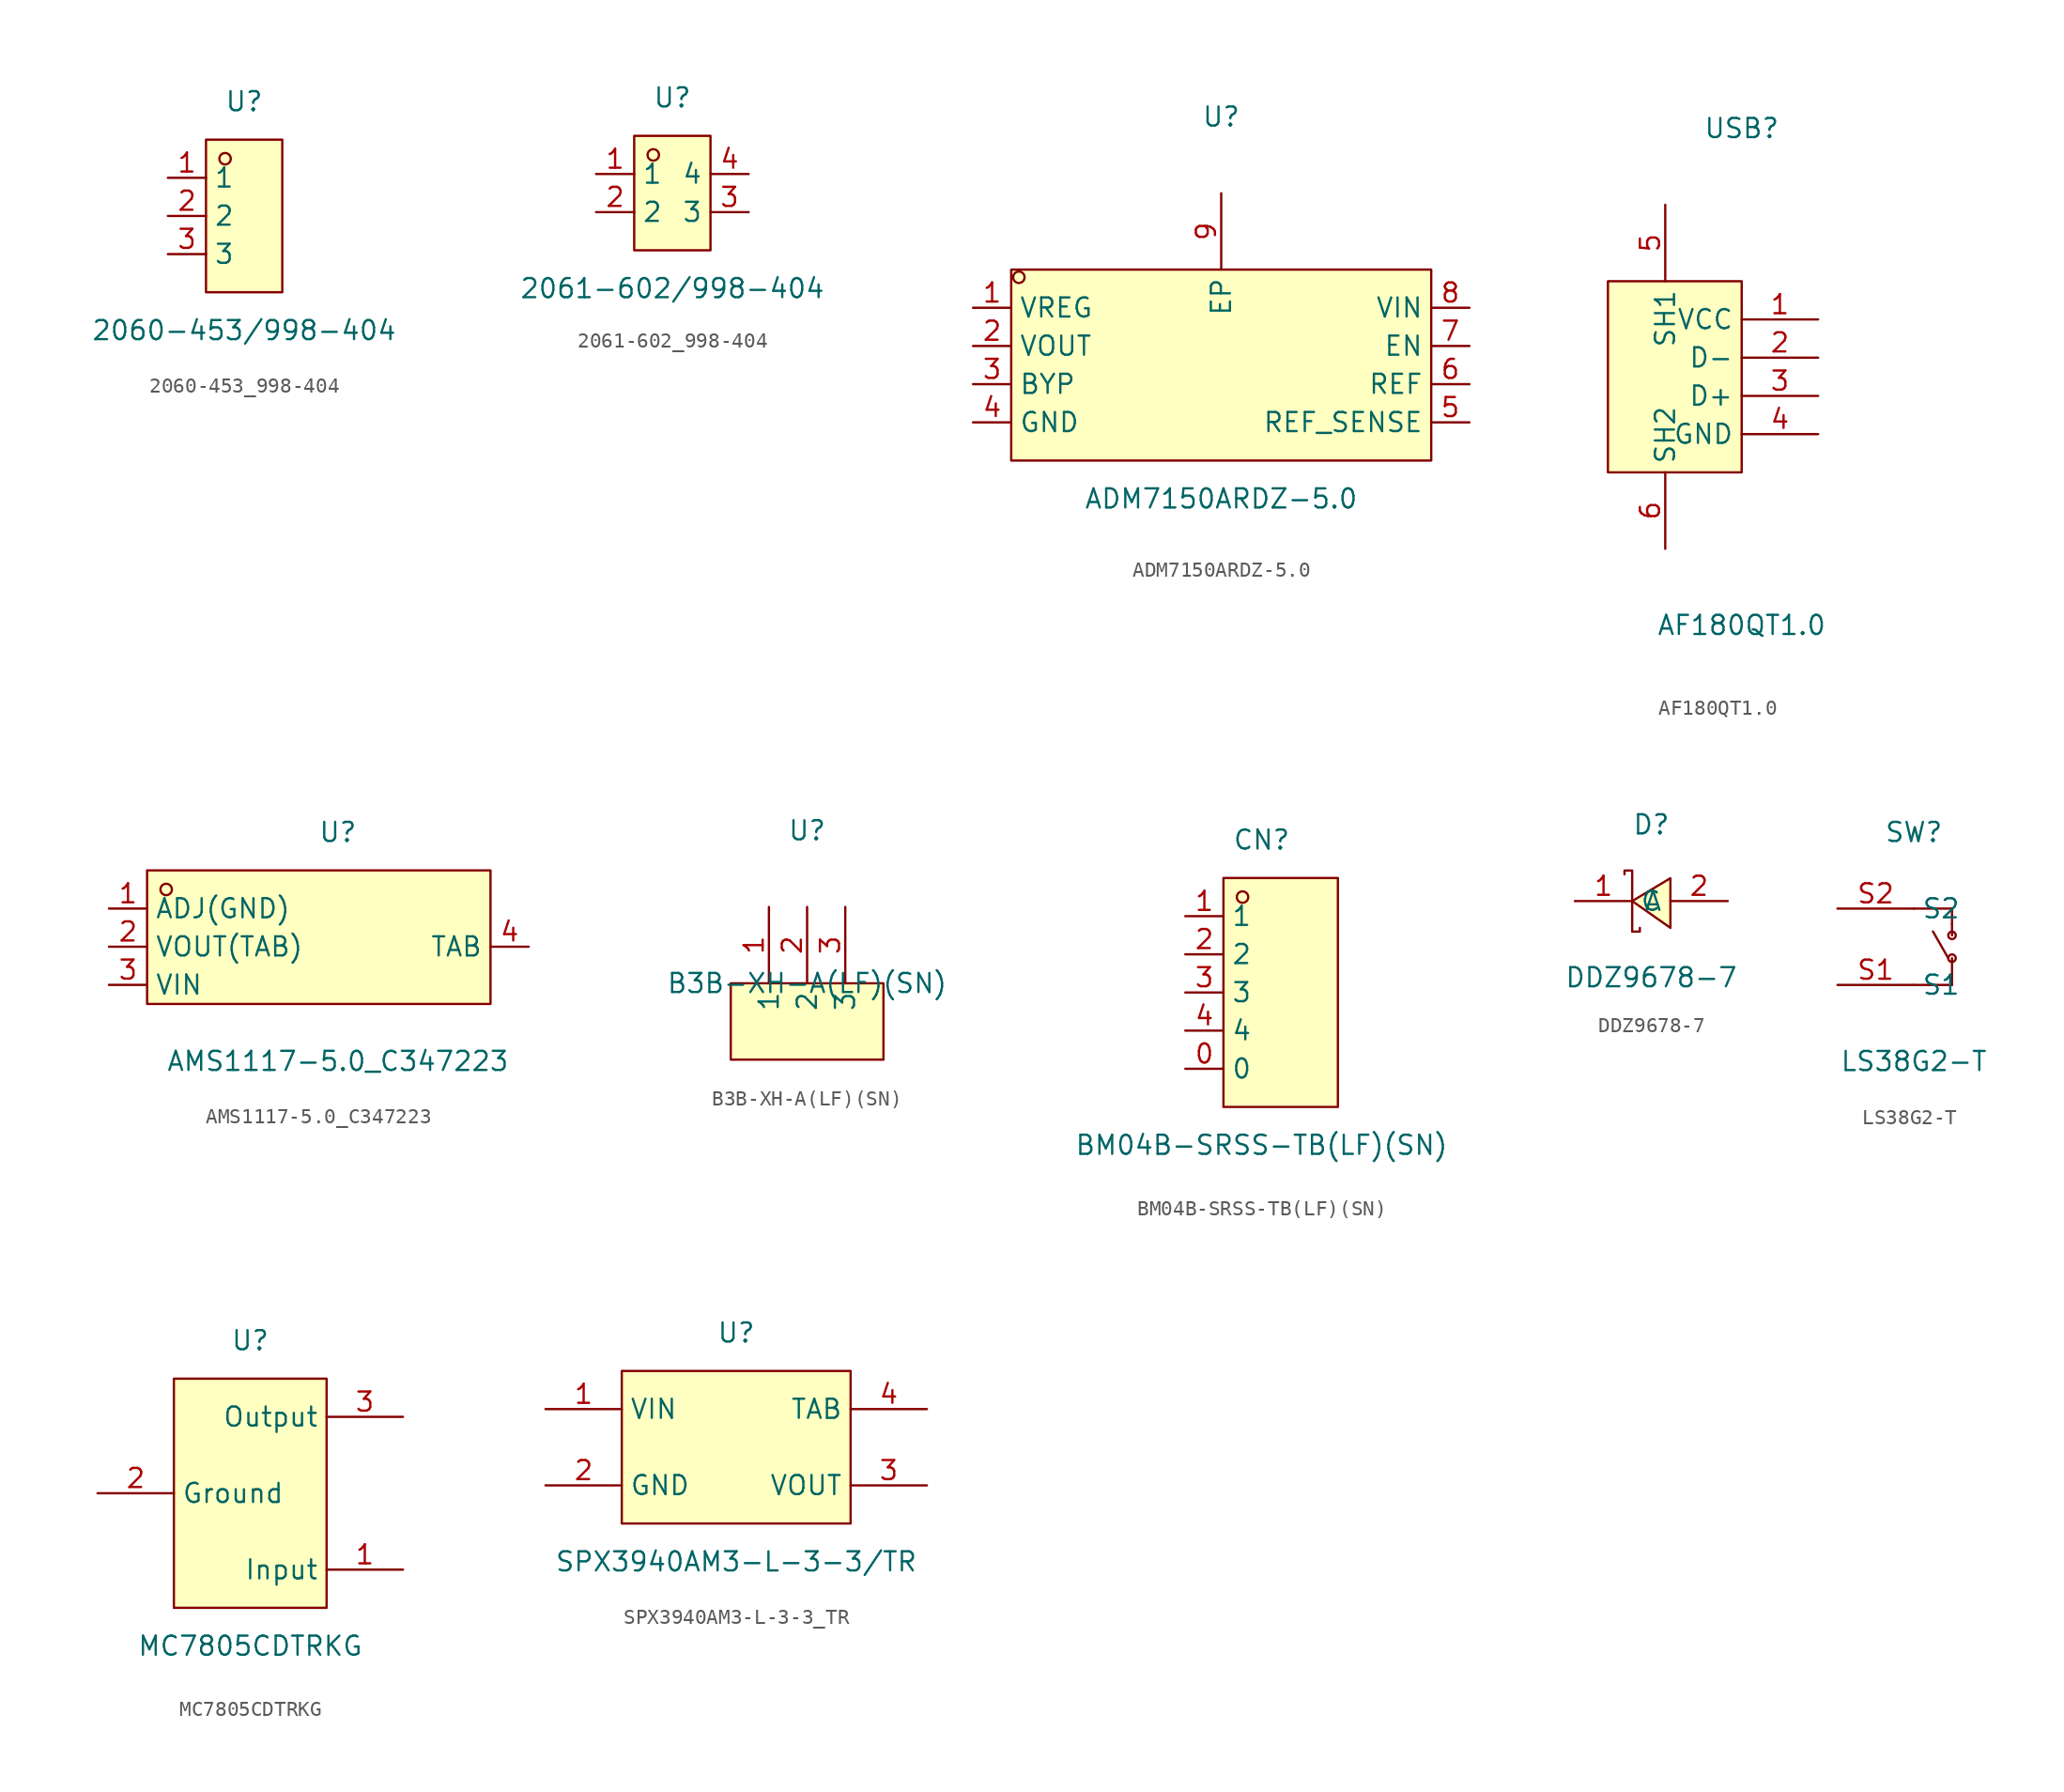
<source format=kicad_sym>
(kicad_symbol_lib
  (version 20231120)
  (generator "kicad_symbol_editor")
  (generator_version "8.0")
  (symbol "2060-453_998-404"
    (property "Reference" "U"
      (at 0 7.62 0)
      (effects (font (size 1.27 1.27))))
    (property "Value" "2060-453/998-404"
      (at 0 -7.62 0)
      (effects (font (size 1.27 1.27))))
    (symbol "2060-453_998-404_0_1"
      (rectangle (start -2.54 5.08) (end 2.54 -5.08) (stroke (width 0) (type default)) (fill (type background)))
      (circle (center -1.27 3.81) (radius 0.38) (stroke (width 0) (type default)) (fill (type none)))
      (pin unspecified line (at -5.08 2.54 0) (length 2.54) (name "1" (effects (font (size 1.27 1.27)))) (number "1" (effects (font (size 1.27 1.27)))))
      (pin unspecified line (at -5.08 0 0) (length 2.54) (name "2" (effects (font (size 1.27 1.27)))) (number "2" (effects (font (size 1.27 1.27)))))
      (pin unspecified line (at -5.08 -2.54 0) (length 2.54) (name "3" (effects (font (size 1.27 1.27)))) (number "3" (effects (font (size 1.27 1.27)))))))
  (symbol "2061-602_998-404"
    (property "Reference" "U"
      (at 0 6.35 0)
      (effects (font (size 1.27 1.27))))
    (property "Value" "2061-602/998-404"
      (at 0 -6.35 0)
      (effects (font (size 1.27 1.27))))
    (symbol "2061-602_998-404_0_1"
      (rectangle (start -2.54 3.81) (end 2.54 -3.81) (stroke (width 0) (type default)) (fill (type background)))
      (circle (center -1.27 2.54) (radius 0.38) (stroke (width 0) (type default)) (fill (type none)))
      (pin unspecified line (at -5.08 1.27 0) (length 2.54) (name "1" (effects (font (size 1.27 1.27)))) (number "1" (effects (font (size 1.27 1.27)))))
      (pin unspecified line (at -5.08 -1.27 0) (length 2.54) (name "2" (effects (font (size 1.27 1.27)))) (number "2" (effects (font (size 1.27 1.27)))))
      (pin unspecified line (at 5.08 -1.27 180) (length 2.54) (name "3" (effects (font (size 1.27 1.27)))) (number "3" (effects (font (size 1.27 1.27)))))
      (pin unspecified line (at 5.08 1.27 180) (length 2.54) (name "4" (effects (font (size 1.27 1.27)))) (number "4" (effects (font (size 1.27 1.27)))))))
  (symbol "ADM7150ARDZ-5.0"
    (property "Reference" "U"
      (at 0 16.51 0)
      (effects (font (size 1.27 1.27))))
    (property "Value" "ADM7150ARDZ-5.0"
      (at 0 -8.89 0)
      (effects (font (size 1.27 1.27))))
    (symbol "ADM7150ARDZ-5.0_0_1"
      (rectangle (start -13.97 6.35) (end 13.97 -6.35) (stroke (width 0) (type default)) (fill (type background)))
      (circle (center -13.46 5.84) (radius 0.38) (stroke (width 0) (type default)) (fill (type none)))
      (pin passive line (at -16.51 3.81 0) (length 2.54) (name "VREG" (effects (font (size 1.27 1.27)))) (number "1" (effects (font (size 1.27 1.27)))))
      (pin power_out line (at -16.51 1.27 0) (length 2.54) (name "VOUT" (effects (font (size 1.27 1.27)))) (number "2" (effects (font (size 1.27 1.27)))))
      (pin passive line (at -16.51 -1.27 0) (length 2.54) (name "BYP" (effects (font (size 1.27 1.27)))) (number "3" (effects (font (size 1.27 1.27)))))
      (pin power_in line (at -16.51 -3.81 0) (length 2.54) (name "GND" (effects (font (size 1.27 1.27)))) (number "4" (effects (font (size 1.27 1.27)))))
      (pin input line (at 16.51 -3.81 180) (length 2.54) (name "REF_SENSE" (effects (font (size 1.27 1.27)))) (number "5" (effects (font (size 1.27 1.27)))))
      (pin output line (at 16.51 -1.27 180) (length 2.54) (name "REF" (effects (font (size 1.27 1.27)))) (number "6" (effects (font (size 1.27 1.27)))))
      (pin input line (at 16.51 1.27 180) (length 2.54) (name "EN" (effects (font (size 1.27 1.27)))) (number "7" (effects (font (size 1.27 1.27)))))
      (pin power_in line (at 16.51 3.81 180) (length 2.54) (name "VIN" (effects (font (size 1.27 1.27)))) (number "8" (effects (font (size 1.27 1.27)))))
      (pin power_in line (at 0 11.43 270) (length 5.08) (name "EP" (effects (font (size 1.27 1.27)))) (number "9" (effects (font (size 1.27 1.27)))))))
  (symbol "AF180QT1.0"
    (property "Reference" "USB"
      (at 0 15.24 0)
      (effects (font (size 1.27 1.27))))
    (property "Value" "AF180QT1.0"
      (at 0 -17.78 0)
      (effects (font (size 1.27 1.27))))
    (symbol "AF180QT1.0_0_1"
      (rectangle (start -8.89 5.08) (end 0 -7.62) (stroke (width 0) (type default)) (fill (type background)))
      (pin input line (at 5.08 2.54 180) (length 5.08) (name "VCC" (effects (font (size 1.27 1.27)))) (number "1" (effects (font (size 1.27 1.27)))))
      (pin input line (at 5.08 0 180) (length 5.08) (name "D-" (effects (font (size 1.27 1.27)))) (number "2" (effects (font (size 1.27 1.27)))))
      (pin input line (at 5.08 -2.54 180) (length 5.08) (name "D+" (effects (font (size 1.27 1.27)))) (number "3" (effects (font (size 1.27 1.27)))))
      (pin input line (at 5.08 -5.08 180) (length 5.08) (name "GND" (effects (font (size 1.27 1.27)))) (number "4" (effects (font (size 1.27 1.27)))))
      (pin unspecified line (at -5.08 10.16 270) (length 5.08) (name "SH1" (effects (font (size 1.27 1.27)))) (number "5" (effects (font (size 1.27 1.27)))))
      (pin unspecified line (at -5.08 -12.7 90) (length 5.08) (name "SH2" (effects (font (size 1.27 1.27)))) (number "6" (effects (font (size 1.27 1.27)))))))
  (symbol "AMS1117-5.0_C347223"
    (property "Reference" "U"
      (at 0 7.62 0)
      (effects (font (size 1.27 1.27))))
    (property "Value" "AMS1117-5.0_C347223"
      (at 0 -7.62 0)
      (effects (font (size 1.27 1.27))))
    (symbol "AMS1117-5.0_C347223_0_1"
      (rectangle (start -12.7 5.08) (end 10.16 -3.81) (stroke (width 0) (type default)) (fill (type background)))
      (circle (center -11.43 3.81) (radius 0.38) (stroke (width 0) (type default)) (fill (type none)))
      (pin power_in line (at -15.24 2.54 0) (length 2.54) (name "ADJ(GND)" (effects (font (size 1.27 1.27)))) (number "1" (effects (font (size 1.27 1.27)))))
      (pin power_out line (at -15.24 0 0) (length 2.54) (name "VOUT(TAB)" (effects (font (size 1.27 1.27)))) (number "2" (effects (font (size 1.27 1.27)))))
      (pin power_in line (at -15.24 -2.54 0) (length 2.54) (name "VIN" (effects (font (size 1.27 1.27)))) (number "3" (effects (font (size 1.27 1.27)))))
      (pin unspecified line (at 12.7 0 180) (length 2.54) (name "TAB" (effects (font (size 1.27 1.27)))) (number "4" (effects (font (size 1.27 1.27)))))))
  (symbol "B3B-XH-A(LF)(SN)"
    (property "Reference" "U"
      (at 0 12.7 0)
      (effects (font (size 1.27 1.27))))
    (property "Value" "B3B-XH-A(LF)(SN)"
      (at 0 2.54 0)
      (effects (font (size 1.27 1.27))))
    (symbol "B3B-XH-A(LF)(SN)_0_1"
      (rectangle (start -5.08 2.54) (end 5.08 -2.54) (stroke (width 0) (type default)) (fill (type background)))
      (pin unspecified line (at -2.54 7.62 270) (length 5.08) (name "1" (effects (font (size 1.27 1.27)))) (number "1" (effects (font (size 1.27 1.27)))))
      (pin unspecified line (at 0 7.62 270) (length 5.08) (name "2" (effects (font (size 1.27 1.27)))) (number "2" (effects (font (size 1.27 1.27)))))
      (pin unspecified line (at 2.54 7.62 270) (length 5.08) (name "3" (effects (font (size 1.27 1.27)))) (number "3" (effects (font (size 1.27 1.27)))))))
  (symbol "BM04B-SRSS-TB(LF)(SN)"
    (property "Reference" "CN"
      (at 0 10.16 0)
      (effects (font (size 1.27 1.27))))
    (property "Value" "BM04B-SRSS-TB(LF)(SN)"
      (at 0 -10.16 0)
      (effects (font (size 1.27 1.27))))
    (symbol "BM04B-SRSS-TB(LF)(SN)_0_1"
      (rectangle (start -2.54 7.62) (end 5.08 -7.62) (stroke (width 0) (type default)) (fill (type background)))
      (circle (center -1.27 6.35) (radius 0.38) (stroke (width 0) (type default)) (fill (type none)))
      (pin unspecified line (at -5.08 -5.08 0) (length 2.54) (name "0" (effects (font (size 1.27 1.27)))) (number "0" (effects (font (size 1.27 1.27)))))
      (pin unspecified line (at -5.08 5.08 0) (length 2.54) (name "1" (effects (font (size 1.27 1.27)))) (number "1" (effects (font (size 1.27 1.27)))))
      (pin unspecified line (at -5.08 2.54 0) (length 2.54) (name "2" (effects (font (size 1.27 1.27)))) (number "2" (effects (font (size 1.27 1.27)))))
      (pin unspecified line (at -5.08 0 0) (length 2.54) (name "3" (effects (font (size 1.27 1.27)))) (number "3" (effects (font (size 1.27 1.27)))))
      (pin unspecified line (at -5.08 -2.54 0) (length 2.54) (name "4" (effects (font (size 1.27 1.27)))) (number "4" (effects (font (size 1.27 1.27)))))))
  (symbol "DDZ9678-7"
    (property "Reference" "D"
      (at 0 5.08 0)
      (effects (font (size 1.27 1.27))))
    (property "Value" "DDZ9678-7"
      (at 0 -5.08 0)
      (effects (font (size 1.27 1.27))))
    (symbol "DDZ9678-7_0_1"
      (polyline (pts (xy 1.27 1.52) (xy -1.27 0) (xy 1.27 -1.78) (xy 1.27 1.52)) (stroke (width 0) (type default)) (fill (type background)))
      (polyline (pts (xy -1.78 1.78) (xy -1.78 2.03) (xy -1.27 2.03) (xy -1.27 -2.03) (xy -0.76 -2.03) (xy -0.76 -1.78)) (stroke (width 0) (type default)) (fill (type none)))
      (pin unspecified line (at -5.08 0 0) (length 3.81) (name "C" (effects (font (size 1.27 1.27)))) (number "1" (effects (font (size 1.27 1.27)))))
      (pin unspecified line (at 5.08 0 180) (length 3.81) (name "A" (effects (font (size 1.27 1.27)))) (number "2" (effects (font (size 1.27 1.27)))))))
  (symbol "LS38G2-T"
    (property "Reference" "SW"
      (at 0 7.62 0)
      (effects (font (size 1.27 1.27))))
    (property "Value" "LS38G2-T"
      (at 0 -7.62 0)
      (effects (font (size 1.27 1.27))))
    (symbol "LS38G2-T_0_1"
      (polyline (pts (xy 0 -2.54) (xy 2.54 -2.54)) (stroke (width 0) (type default)) (fill (type none)))
      (polyline (pts (xy 0 2.54) (xy 2.54 2.54)) (stroke (width 0) (type default)) (fill (type none)))
      (polyline (pts (xy 1.27 1.02) (xy 2.29 -0.76)) (stroke (width 0) (type default)) (fill (type none)))
      (polyline (pts (xy 2.54 -2.54) (xy 2.54 -0.76)) (stroke (width 0) (type default)) (fill (type none)))
      (polyline (pts (xy 2.54 1.52) (xy 2.54 0.76)) (stroke (width 0) (type default)) (fill (type none)))
      (polyline (pts (xy 2.54 2.54) (xy 2.54 1.52)) (stroke (width 0) (type default)) (fill (type none)))
      (circle (center 2.54 -0.76) (radius 0.25) (stroke (width 0) (type default)) (fill (type none)))
      (circle (center 2.54 0.76) (radius 0.25) (stroke (width 0) (type default)) (fill (type none)))
      (pin unspecified line (at -5.08 -2.54 0) (length 5.08) (name "S1" (effects (font (size 1.27 1.27)))) (number "S1" (effects (font (size 1.27 1.27)))))
      (pin unspecified line (at -5.08 2.54 0) (length 5.08) (name "S2" (effects (font (size 1.27 1.27)))) (number "S2" (effects (font (size 1.27 1.27)))))))
  (symbol "MC7805CDTRKG"
    (property "Reference" "U"
      (at 0 10.16 0)
      (effects (font (size 1.27 1.27))))
    (property "Value" "MC7805CDTRKG"
      (at 0 -10.16 0)
      (effects (font (size 1.27 1.27))))
    (symbol "MC7805CDTRKG_0_1"
      (rectangle (start -5.08 7.62) (end 5.08 -7.62) (stroke (width 0) (type default)) (fill (type background)))
      (pin unspecified line (at 10.16 -5.08 180) (length 5.08) (name "Input" (effects (font (size 1.27 1.27)))) (number "1" (effects (font (size 1.27 1.27)))))
      (pin unspecified line (at -10.16 0 0) (length 5.08) (name "Ground" (effects (font (size 1.27 1.27)))) (number "2" (effects (font (size 1.27 1.27)))))
      (pin unspecified line (at 10.16 5.08 180) (length 5.08) (name "Output" (effects (font (size 1.27 1.27)))) (number "3" (effects (font (size 1.27 1.27)))))))
  (symbol "SPX3940AM3-L-3-3_TR"
    (property "Reference" "U"
      (at 0 7.62 0)
      (effects (font (size 1.27 1.27))))
    (property "Value" "SPX3940AM3-L-3-3/TR"
      (at 0 -7.62 0)
      (effects (font (size 1.27 1.27))))
    (symbol "SPX3940AM3-L-3-3_TR_0_1"
      (rectangle (start -7.62 5.08) (end 7.62 -5.08) (stroke (width 0) (type default)) (fill (type background)))
      (pin power_in line (at -12.7 2.54 0) (length 5.08) (name "VIN" (effects (font (size 1.27 1.27)))) (number "1" (effects (font (size 1.27 1.27)))))
      (pin power_in line (at -12.7 -2.54 0) (length 5.08) (name "GND" (effects (font (size 1.27 1.27)))) (number "2" (effects (font (size 1.27 1.27)))))
      (pin power_out line (at 12.7 -2.54 180) (length 5.08) (name "VOUT" (effects (font (size 1.27 1.27)))) (number "3" (effects (font (size 1.27 1.27)))))
      (pin unspecified line (at 12.7 2.54 180) (length 5.08) (name "TAB" (effects (font (size 1.27 1.27)))) (number "4" (effects (font (size 1.27 1.27))))))))
</source>
